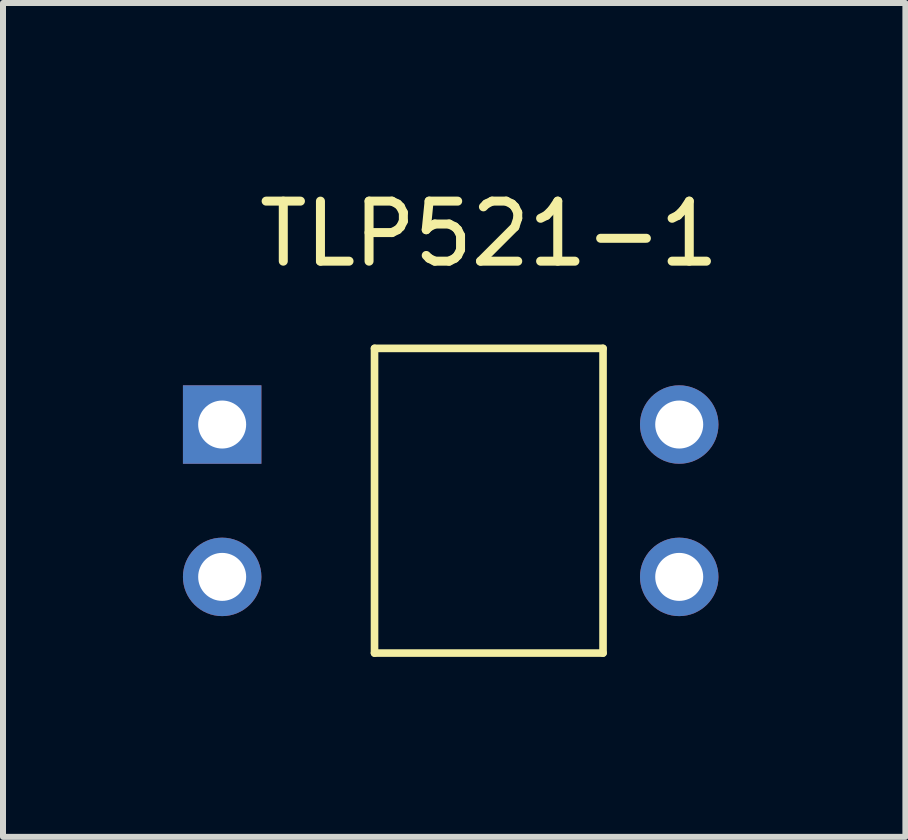
<source format=kicad_pcb>
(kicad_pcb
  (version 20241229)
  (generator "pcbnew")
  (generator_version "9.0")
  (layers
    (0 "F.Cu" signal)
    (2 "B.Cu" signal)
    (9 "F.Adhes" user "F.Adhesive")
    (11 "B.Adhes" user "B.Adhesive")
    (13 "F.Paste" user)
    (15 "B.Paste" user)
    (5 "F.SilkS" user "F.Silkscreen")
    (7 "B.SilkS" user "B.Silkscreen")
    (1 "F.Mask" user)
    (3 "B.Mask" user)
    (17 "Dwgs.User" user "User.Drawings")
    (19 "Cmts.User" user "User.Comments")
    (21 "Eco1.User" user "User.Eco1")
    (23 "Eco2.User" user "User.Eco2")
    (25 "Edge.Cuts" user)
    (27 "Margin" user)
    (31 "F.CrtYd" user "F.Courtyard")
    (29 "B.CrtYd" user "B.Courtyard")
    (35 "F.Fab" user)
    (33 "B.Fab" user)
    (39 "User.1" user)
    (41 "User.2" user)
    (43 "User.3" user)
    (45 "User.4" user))
  (footprint "TLP521-1"
    (layer "F.Cu")
    (at 0.654 4.028)
    (property "Reference" "TLP521-1" (at 4.451 -3.179 0) (layer "F.SilkS") (effects (font (size 1.001 1.001) (thickness 0.15))))
    (attr through_hole)
    (fp_line (start 2.54 -1.27) (end 2.54 3.81) (stroke (width 0.127) (type solid)) (layer "F.SilkS"))
    (fp_line (start 2.54 3.81) (end 6.35 3.81) (stroke (width 0.127) (type solid)) (layer "F.SilkS"))
    (fp_line (start 6.35 -1.27) (end 2.54 -1.27) (stroke (width 0.127) (type solid)) (layer "F.SilkS"))
    (fp_line (start 6.35 3.81) (end 6.35 -1.27) (stroke (width 0.127) (type solid)) (layer "F.SilkS"))
    (pad "P$1" thru_hole rect (at 0 0) (size 1.308 1.308) (drill 0.8) (layers "*.Cu" "*.Mask"))
    (pad "P$2" thru_hole circle (at 0 2.54) (size 1.308 1.308) (drill 0.8) (layers "*.Cu" "*.Mask"))
    (pad "P$3" thru_hole circle (at 7.62 2.54) (size 1.308 1.308) (drill 0.8) (layers "*.Cu" "*.Mask"))
    (pad "P$4" thru_hole circle (at 7.62 0) (size 1.308 1.308) (drill 0.8) (layers "*.Cu" "*.Mask")))
  (gr_rect
    (start -3 -3)
    (end 12.045 10.902)
    (stroke (width 0.1) (type default))
    (fill no)
    (layer "Edge.Cuts")))
</source>
